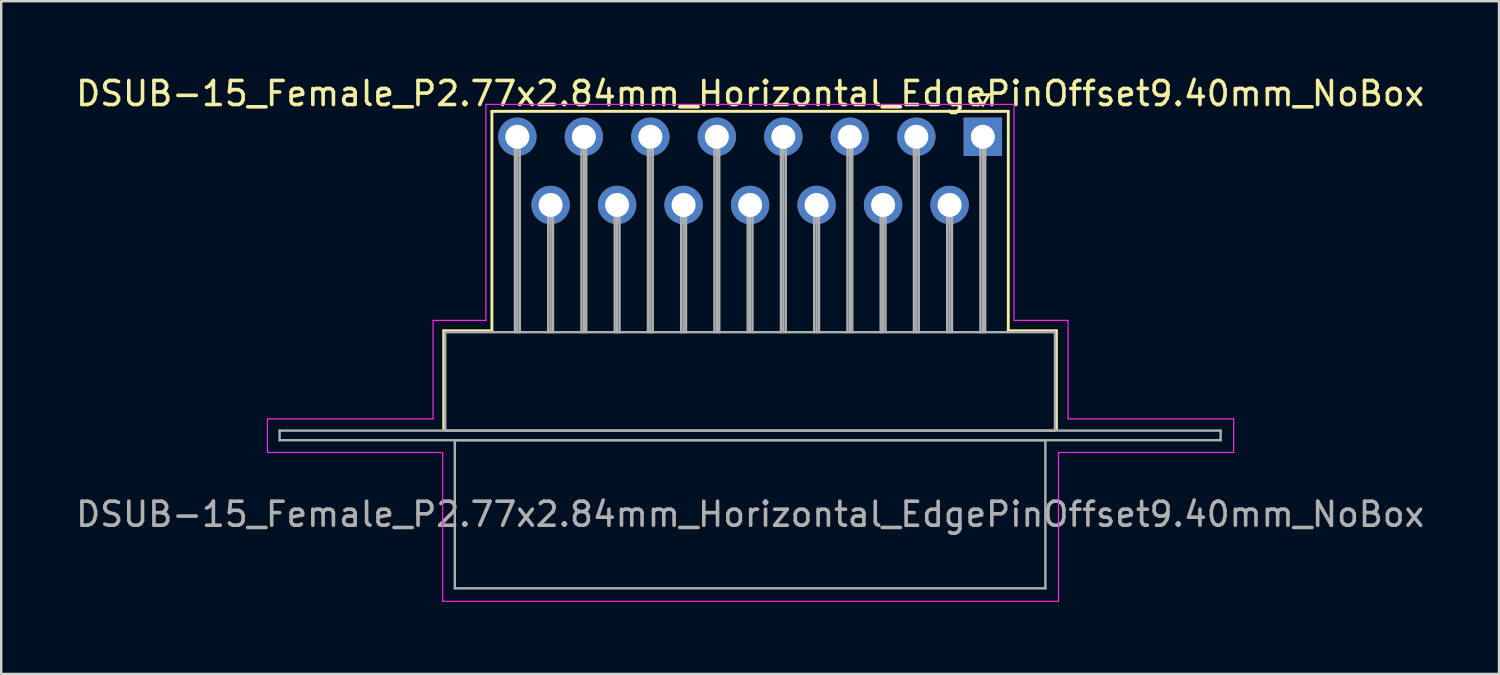
<source format=kicad_pcb>
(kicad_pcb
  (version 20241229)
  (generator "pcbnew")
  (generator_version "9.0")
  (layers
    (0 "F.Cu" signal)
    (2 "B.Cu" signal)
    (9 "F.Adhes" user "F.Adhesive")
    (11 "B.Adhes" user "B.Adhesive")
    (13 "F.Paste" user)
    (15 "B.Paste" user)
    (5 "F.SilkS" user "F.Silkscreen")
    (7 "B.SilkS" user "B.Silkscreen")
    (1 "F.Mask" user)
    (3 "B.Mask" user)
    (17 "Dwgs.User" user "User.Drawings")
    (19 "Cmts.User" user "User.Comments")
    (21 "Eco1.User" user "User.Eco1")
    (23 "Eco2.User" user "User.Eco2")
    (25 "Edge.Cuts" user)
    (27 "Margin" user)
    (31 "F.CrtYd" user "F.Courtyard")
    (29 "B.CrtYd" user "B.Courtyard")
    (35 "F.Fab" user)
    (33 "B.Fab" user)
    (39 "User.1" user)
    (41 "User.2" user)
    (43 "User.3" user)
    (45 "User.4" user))
  (footprint "DSUB-15_Female_P2.77x2.84mm_Horizontal_EdgePinOffset9.40mm_NoBox"
    (layer "F.Cu")
    (at 37.891 2.648)
    (property "Reference" "DSUB-15_Female_P2.77x2.84mm_Horizontal_EdgePinOffset9.40mm_NoBox" (at -9.695 -1.8 0) (layer "F.SilkS") (effects (font (size 1 1) (thickness 0.15))))
    (attr through_hole)
    (fp_line (start -22.455 8.08) (end -20.45 8.08) (stroke (width 0.12) (type solid)) (layer "F.SilkS"))
    (fp_line (start -22.455 12.18) (end -22.455 8.08) (stroke (width 0.12) (type solid)) (layer "F.SilkS"))
    (fp_line (start -20.45 -1.06) (end 1.06 -1.06) (stroke (width 0.12) (type solid)) (layer "F.SilkS"))
    (fp_line (start -20.45 8.08) (end -20.45 -1.06) (stroke (width 0.12) (type solid)) (layer "F.SilkS"))
    (fp_line (start -0.25 -1.754) (end 0.25 -1.754) (stroke (width 0.12) (type solid)) (layer "F.SilkS"))
    (fp_line (start 0 -1.321) (end -0.25 -1.754) (stroke (width 0.12) (type solid)) (layer "F.SilkS"))
    (fp_line (start 0.25 -1.754) (end 0 -1.321) (stroke (width 0.12) (type solid)) (layer "F.SilkS"))
    (fp_line (start 1.06 -1.06) (end 1.06 8.08) (stroke (width 0.12) (type solid)) (layer "F.SilkS"))
    (fp_line (start 1.06 8.08) (end 3.065 8.08) (stroke (width 0.12) (type solid)) (layer "F.SilkS"))
    (fp_line (start 3.065 8.08) (end 3.065 12.18) (stroke (width 0.12) (type solid)) (layer "F.SilkS"))
    (fp_line (start -29.8 11.75) (end -22.9 11.75) (stroke (width 0.05) (type solid)) (layer "F.CrtYd"))
    (fp_line (start -29.8 13.15) (end -29.8 11.75) (stroke (width 0.05) (type solid)) (layer "F.CrtYd"))
    (fp_line (start -22.9 7.65) (end -20.7 7.65) (stroke (width 0.05) (type solid)) (layer "F.CrtYd"))
    (fp_line (start -22.9 11.75) (end -22.9 7.65) (stroke (width 0.05) (type solid)) (layer "F.CrtYd"))
    (fp_line (start -22.5 13.15) (end -29.8 13.15) (stroke (width 0.05) (type solid)) (layer "F.CrtYd"))
    (fp_line (start -22.5 19.35) (end -22.5 13.15) (stroke (width 0.05) (type solid)) (layer "F.CrtYd"))
    (fp_line (start -20.7 -1.35) (end 1.3 -1.35) (stroke (width 0.05) (type solid)) (layer "F.CrtYd"))
    (fp_line (start -20.7 7.65) (end -20.7 -1.35) (stroke (width 0.05) (type solid)) (layer "F.CrtYd"))
    (fp_line (start 1.3 -1.35) (end 1.3 7.65) (stroke (width 0.05) (type solid)) (layer "F.CrtYd"))
    (fp_line (start 1.3 7.65) (end 3.55 7.65) (stroke (width 0.05) (type solid)) (layer "F.CrtYd"))
    (fp_line (start 3.15 13.15) (end 3.15 19.35) (stroke (width 0.05) (type solid)) (layer "F.CrtYd"))
    (fp_line (start 3.15 19.35) (end -22.5 19.35) (stroke (width 0.05) (type solid)) (layer "F.CrtYd"))
    (fp_line (start 3.55 7.65) (end 3.55 11.75) (stroke (width 0.05) (type solid)) (layer "F.CrtYd"))
    (fp_line (start 3.55 11.75) (end 10.45 11.75) (stroke (width 0.05) (type solid)) (layer "F.CrtYd"))
    (fp_line (start 10.45 11.75) (end 10.45 13.15) (stroke (width 0.05) (type solid)) (layer "F.CrtYd"))
    (fp_line (start 10.45 13.15) (end 3.15 13.15) (stroke (width 0.05) (type solid)) (layer "F.CrtYd"))
    (fp_line (start -29.295 12.24) (end -29.295 12.64) (stroke (width 0.1) (type solid)) (layer "F.Fab"))
    (fp_line (start -29.295 12.64) (end 9.905 12.64) (stroke (width 0.1) (type solid)) (layer "F.Fab"))
    (fp_line (start -22.395 8.14) (end -22.395 12.24) (stroke (width 0.1) (type solid)) (layer "F.Fab"))
    (fp_line (start -22.395 12.24) (end 3.005 12.24) (stroke (width 0.1) (type solid)) (layer "F.Fab"))
    (fp_line (start -21.995 12.64) (end -21.995 18.81) (stroke (width 0.1) (type solid)) (layer "F.Fab"))
    (fp_line (start -21.995 18.81) (end 2.605 18.81) (stroke (width 0.1) (type solid)) (layer "F.Fab"))
    (fp_line (start -19.49 0) (end -19.49 8.14) (stroke (width 0.1) (type solid)) (layer "F.Fab"))
    (fp_line (start -19.39 0) (end -19.39 8.14) (stroke (width 0.1) (type solid)) (layer "F.Fab"))
    (fp_line (start -19.29 0) (end -19.29 8.14) (stroke (width 0.1) (type solid)) (layer "F.Fab"))
    (fp_line (start -18.105 2.84) (end -18.105 8.14) (stroke (width 0.1) (type solid)) (layer "F.Fab"))
    (fp_line (start -18.005 2.84) (end -18.005 8.14) (stroke (width 0.1) (type solid)) (layer "F.Fab"))
    (fp_line (start -17.905 2.84) (end -17.905 8.14) (stroke (width 0.1) (type solid)) (layer "F.Fab"))
    (fp_line (start -16.72 0) (end -16.72 8.14) (stroke (width 0.1) (type solid)) (layer "F.Fab"))
    (fp_line (start -16.62 0) (end -16.62 8.14) (stroke (width 0.1) (type solid)) (layer "F.Fab"))
    (fp_line (start -16.52 0) (end -16.52 8.14) (stroke (width 0.1) (type solid)) (layer "F.Fab"))
    (fp_line (start -15.335 2.84) (end -15.335 8.14) (stroke (width 0.1) (type solid)) (layer "F.Fab"))
    (fp_line (start -15.235 2.84) (end -15.235 8.14) (stroke (width 0.1) (type solid)) (layer "F.Fab"))
    (fp_line (start -15.135 2.84) (end -15.135 8.14) (stroke (width 0.1) (type solid)) (layer "F.Fab"))
    (fp_line (start -13.95 0) (end -13.95 8.14) (stroke (width 0.1) (type solid)) (layer "F.Fab"))
    (fp_line (start -13.85 0) (end -13.85 8.14) (stroke (width 0.1) (type solid)) (layer "F.Fab"))
    (fp_line (start -13.75 0) (end -13.75 8.14) (stroke (width 0.1) (type solid)) (layer "F.Fab"))
    (fp_line (start -12.565 2.84) (end -12.565 8.14) (stroke (width 0.1) (type solid)) (layer "F.Fab"))
    (fp_line (start -12.465 2.84) (end -12.465 8.14) (stroke (width 0.1) (type solid)) (layer "F.Fab"))
    (fp_line (start -12.365 2.84) (end -12.365 8.14) (stroke (width 0.1) (type solid)) (layer "F.Fab"))
    (fp_line (start -11.18 0) (end -11.18 8.14) (stroke (width 0.1) (type solid)) (layer "F.Fab"))
    (fp_line (start -11.08 0) (end -11.08 8.14) (stroke (width 0.1) (type solid)) (layer "F.Fab"))
    (fp_line (start -10.98 0) (end -10.98 8.14) (stroke (width 0.1) (type solid)) (layer "F.Fab"))
    (fp_line (start -9.795 2.84) (end -9.795 8.14) (stroke (width 0.1) (type solid)) (layer "F.Fab"))
    (fp_line (start -9.695 2.84) (end -9.695 8.14) (stroke (width 0.1) (type solid)) (layer "F.Fab"))
    (fp_line (start -9.595 2.84) (end -9.595 8.14) (stroke (width 0.1) (type solid)) (layer "F.Fab"))
    (fp_line (start -8.41 0) (end -8.41 8.14) (stroke (width 0.1) (type solid)) (layer "F.Fab"))
    (fp_line (start -8.31 0) (end -8.31 8.14) (stroke (width 0.1) (type solid)) (layer "F.Fab"))
    (fp_line (start -8.21 0) (end -8.21 8.14) (stroke (width 0.1) (type solid)) (layer "F.Fab"))
    (fp_line (start -7.025 2.84) (end -7.025 8.14) (stroke (width 0.1) (type solid)) (layer "F.Fab"))
    (fp_line (start -6.925 2.84) (end -6.925 8.14) (stroke (width 0.1) (type solid)) (layer "F.Fab"))
    (fp_line (start -6.825 2.84) (end -6.825 8.14) (stroke (width 0.1) (type solid)) (layer "F.Fab"))
    (fp_line (start -5.64 0) (end -5.64 8.14) (stroke (width 0.1) (type solid)) (layer "F.Fab"))
    (fp_line (start -5.54 0) (end -5.54 8.14) (stroke (width 0.1) (type solid)) (layer "F.Fab"))
    (fp_line (start -5.44 0) (end -5.44 8.14) (stroke (width 0.1) (type solid)) (layer "F.Fab"))
    (fp_line (start -4.255 2.84) (end -4.255 8.14) (stroke (width 0.1) (type solid)) (layer "F.Fab"))
    (fp_line (start -4.155 2.84) (end -4.155 8.14) (stroke (width 0.1) (type solid)) (layer "F.Fab"))
    (fp_line (start -4.055 2.84) (end -4.055 8.14) (stroke (width 0.1) (type solid)) (layer "F.Fab"))
    (fp_line (start -2.87 0) (end -2.87 8.14) (stroke (width 0.1) (type solid)) (layer "F.Fab"))
    (fp_line (start -2.77 0) (end -2.77 8.14) (stroke (width 0.1) (type solid)) (layer "F.Fab"))
    (fp_line (start -2.67 0) (end -2.67 8.14) (stroke (width 0.1) (type solid)) (layer "F.Fab"))
    (fp_line (start -1.485 2.84) (end -1.485 8.14) (stroke (width 0.1) (type solid)) (layer "F.Fab"))
    (fp_line (start -1.385 2.84) (end -1.385 8.14) (stroke (width 0.1) (type solid)) (layer "F.Fab"))
    (fp_line (start -1.285 2.84) (end -1.285 8.14) (stroke (width 0.1) (type solid)) (layer "F.Fab"))
    (fp_line (start -0.1 0) (end -0.1 8.14) (stroke (width 0.1) (type solid)) (layer "F.Fab"))
    (fp_line (start 0 0) (end 0 8.14) (stroke (width 0.1) (type solid)) (layer "F.Fab"))
    (fp_line (start 0.1 0) (end 0.1 8.14) (stroke (width 0.1) (type solid)) (layer "F.Fab"))
    (fp_line (start 2.605 12.64) (end -21.995 12.64) (stroke (width 0.1) (type solid)) (layer "F.Fab"))
    (fp_line (start 2.605 18.81) (end 2.605 12.64) (stroke (width 0.1) (type solid)) (layer "F.Fab"))
    (fp_line (start 3.005 8.14) (end -22.395 8.14) (stroke (width 0.1) (type solid)) (layer "F.Fab"))
    (fp_line (start 3.005 12.24) (end 3.005 8.14) (stroke (width 0.1) (type solid)) (layer "F.Fab"))
    (fp_line (start 9.905 12.24) (end -29.295 12.24) (stroke (width 0.1) (type solid)) (layer "F.Fab"))
    (fp_line (start 9.905 12.64) (end 9.905 12.24) (stroke (width 0.1) (type solid)) (layer "F.Fab"))
    (fp_text user "${REFERENCE}" (at -9.695 15.725 0) (layer "F.Fab") (effects (font (size 1 1) (thickness 0.15))))
    (pad "1" thru_hole rect (at 0 0) (size 1.6 1.6) (drill 1) (layers "*.Cu" "*.Mask"))
    (pad "2" thru_hole circle (at -2.77 0) (size 1.6 1.6) (drill 1) (layers "*.Cu" "*.Mask"))
    (pad "3" thru_hole circle (at -5.54 0) (size 1.6 1.6) (drill 1) (layers "*.Cu" "*.Mask"))
    (pad "4" thru_hole circle (at -8.31 0) (size 1.6 1.6) (drill 1) (layers "*.Cu" "*.Mask"))
    (pad "5" thru_hole circle (at -11.08 0) (size 1.6 1.6) (drill 1) (layers "*.Cu" "*.Mask"))
    (pad "6" thru_hole circle (at -13.85 0) (size 1.6 1.6) (drill 1) (layers "*.Cu" "*.Mask"))
    (pad "7" thru_hole circle (at -16.62 0) (size 1.6 1.6) (drill 1) (layers "*.Cu" "*.Mask"))
    (pad "8" thru_hole circle (at -19.39 0) (size 1.6 1.6) (drill 1) (layers "*.Cu" "*.Mask"))
    (pad "9" thru_hole circle (at -1.385 2.84) (size 1.6 1.6) (drill 1) (layers "*.Cu" "*.Mask"))
    (pad "10" thru_hole circle (at -4.155 2.84) (size 1.6 1.6) (drill 1) (layers "*.Cu" "*.Mask"))
    (pad "11" thru_hole circle (at -6.925 2.84) (size 1.6 1.6) (drill 1) (layers "*.Cu" "*.Mask"))
    (pad "12" thru_hole circle (at -9.695 2.84) (size 1.6 1.6) (drill 1) (layers "*.Cu" "*.Mask"))
    (pad "13" thru_hole circle (at -12.465 2.84) (size 1.6 1.6) (drill 1) (layers "*.Cu" "*.Mask"))
    (pad "14" thru_hole circle (at -15.235 2.84) (size 1.6 1.6) (drill 1) (layers "*.Cu" "*.Mask"))
    (pad "15" thru_hole circle (at -18.005 2.84) (size 1.6 1.6) (drill 1) (layers "*.Cu" "*.Mask")))
  (gr_rect
    (start -3 -3)
    (end 59.393 25.023)
    (stroke (width 0.1) (type default))
    (fill no)
    (layer "Edge.Cuts")))
</source>
